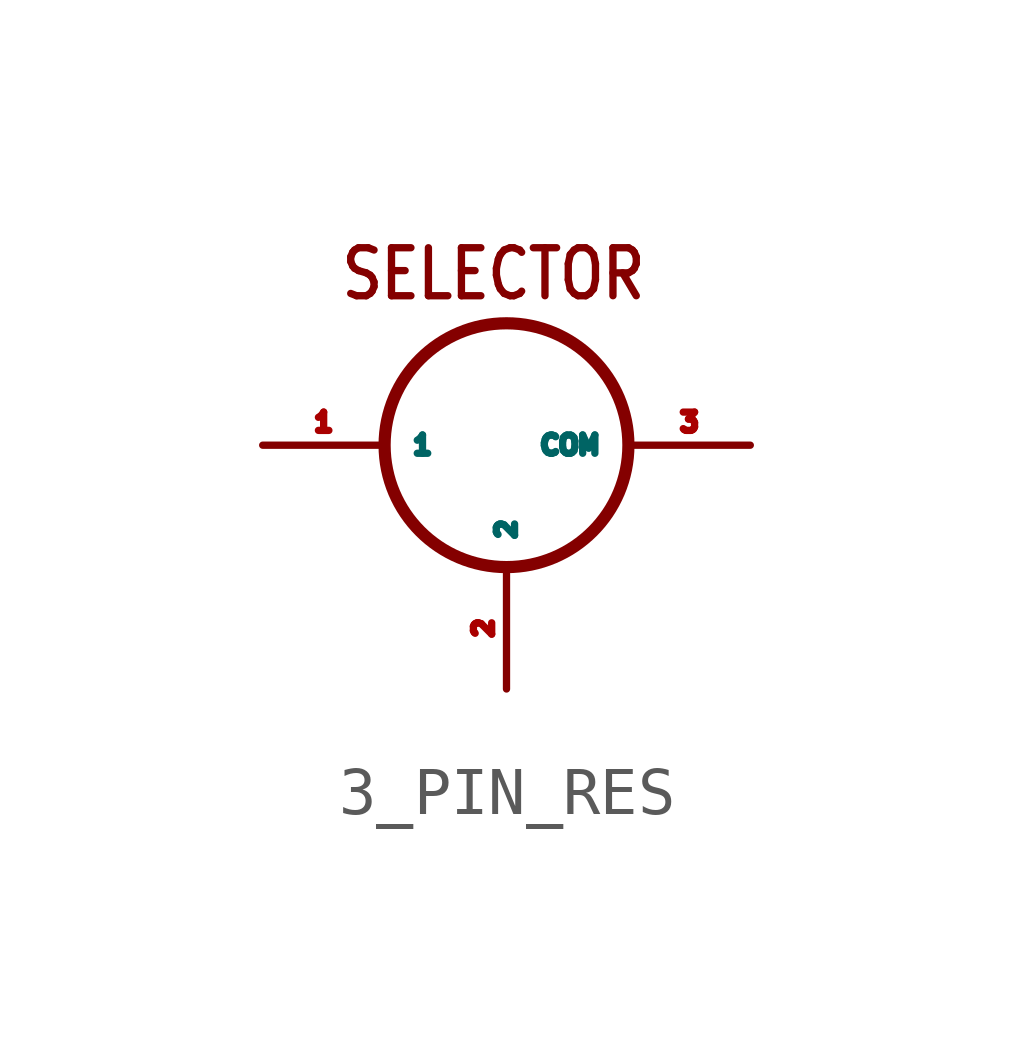
<source format=kicad_sym>
(kicad_symbol_lib
  (version 20211014)
  (generator kicad_symbol_editor)
  (symbol "3_PIN_RES"
    (property "Reference" "R"
      (at -7.112 7.112 0)
      (effects (font (size 0.635 0.635)) hide))
    (symbol "3_PIN_RES_1_0"
      (circle (center 0 0) (radius 2.54) (stroke (width 0.254) (type default) (color 0 0 0 0)) (fill (type none)))
      (text "SELECTOR" (at -3.508 2.984 0) (effects (font (size 1 0.85)) (justify left bottom)))
      (pin bidirectional line (at -5.08 0 0) (length 2.54) (name "1" (effects (font (size 0.381 0.381)))) (number "1" (effects (font (size 0.381 0.381)))))
      (pin bidirectional line (at 0 -5.08 90) (length 2.54) (name "2" (effects (font (size 0.381 0.381)))) (number "2" (effects (font (size 0.381 0.381)))))
      (pin bidirectional line (at 5.08 0 180) (length 2.54) (name "COM" (effects (font (size 0.381 0.381)))) (number "3" (effects (font (size 0.381 0.381))))))))
</source>
